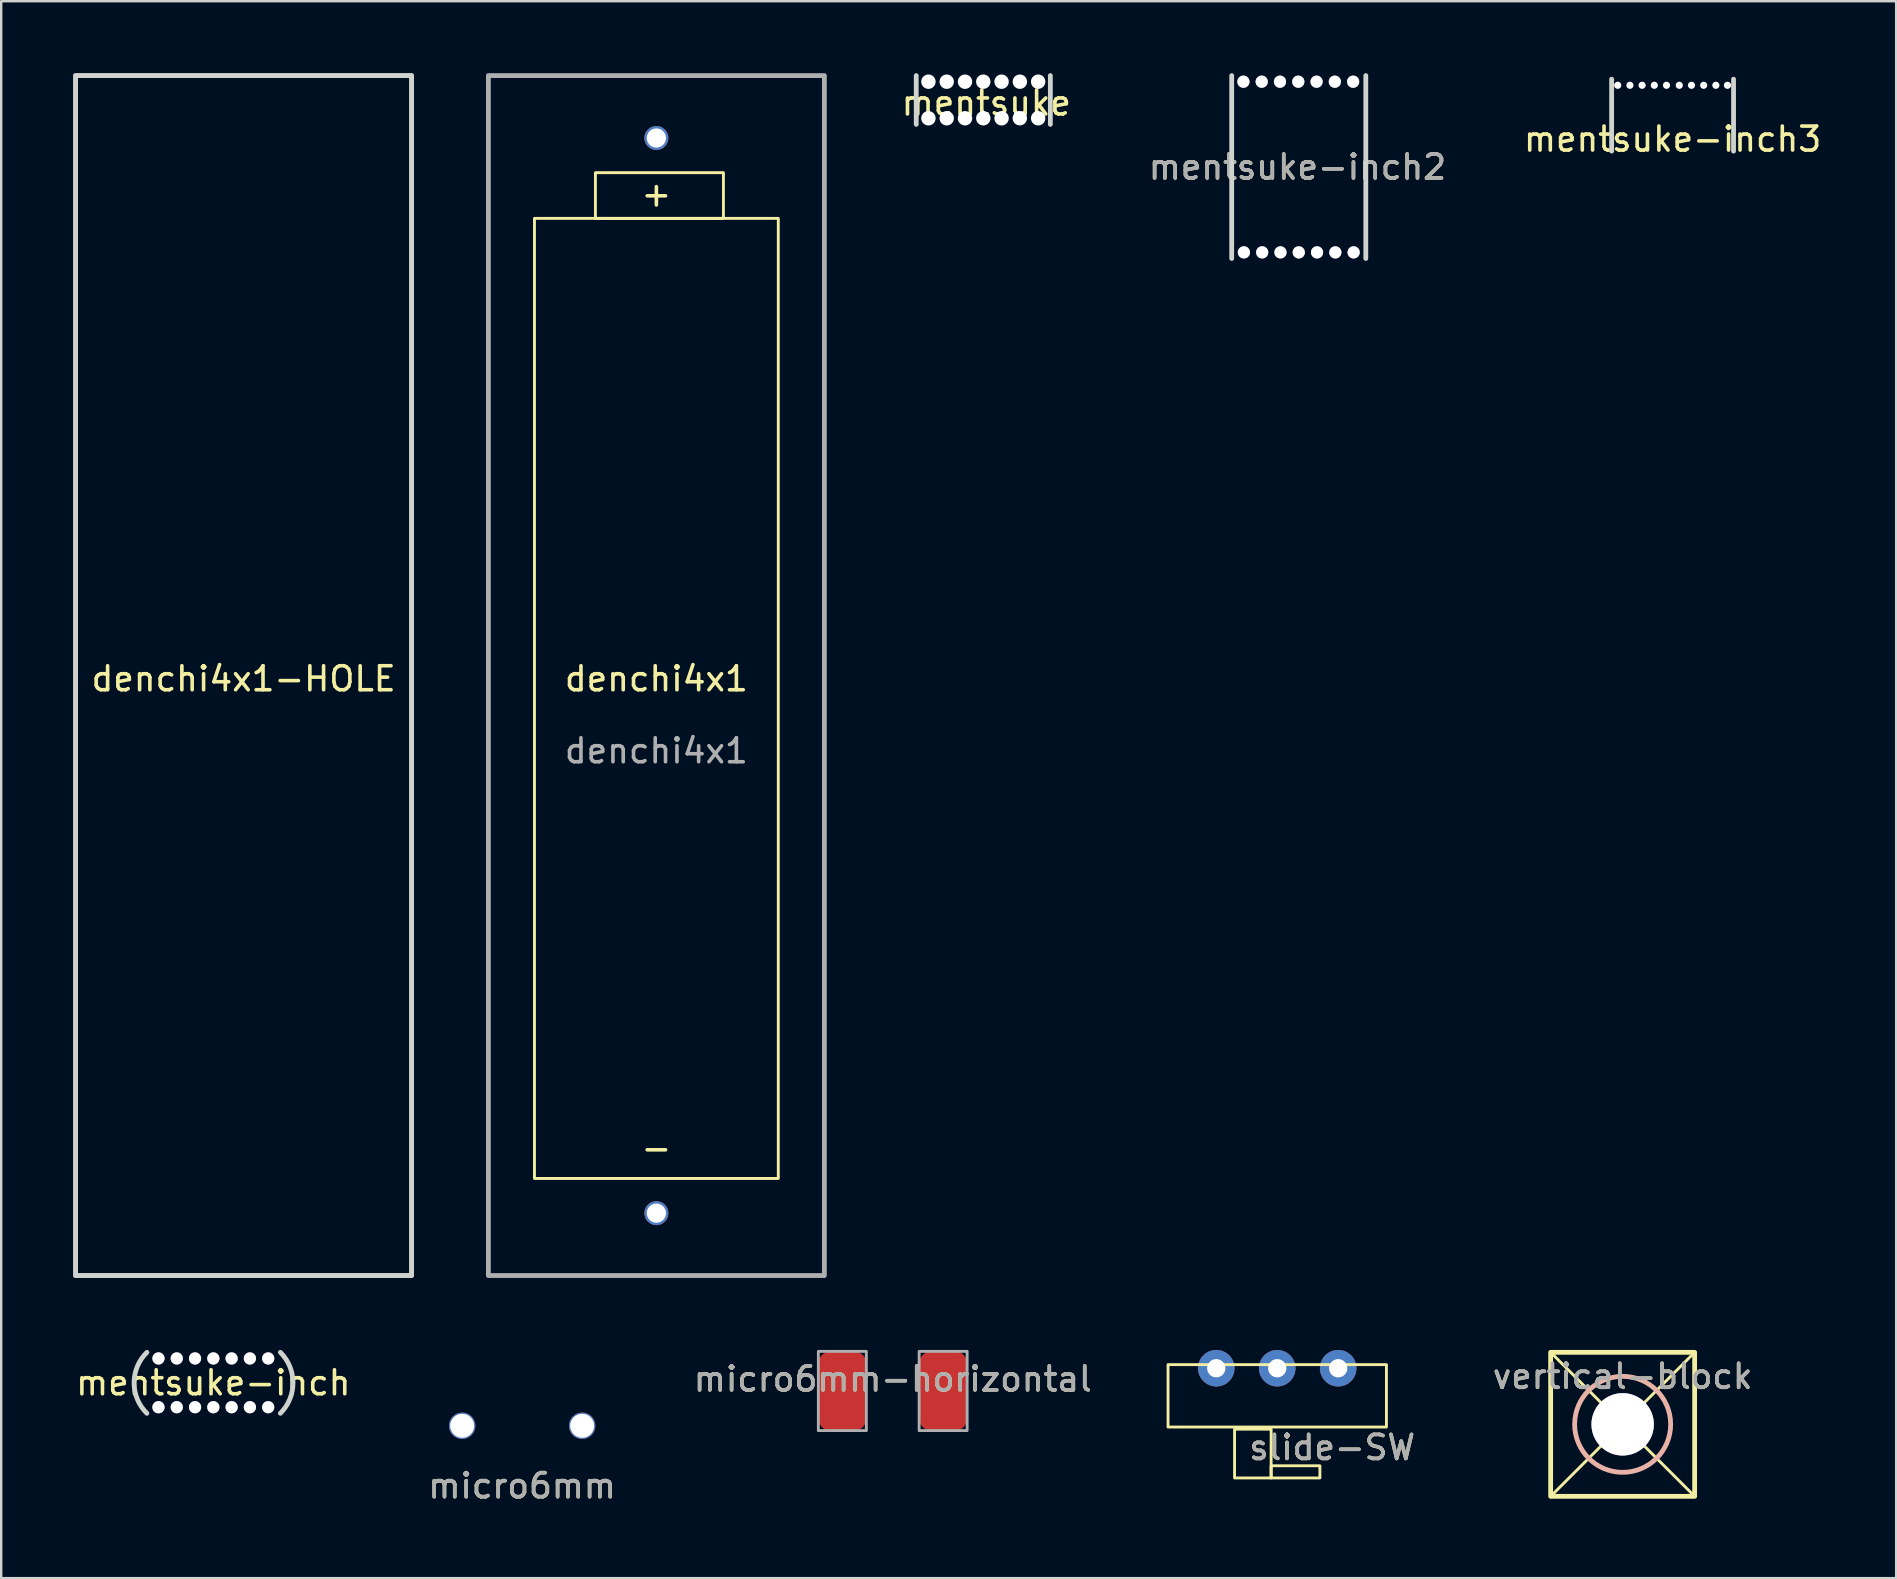
<source format=kicad_pcb>
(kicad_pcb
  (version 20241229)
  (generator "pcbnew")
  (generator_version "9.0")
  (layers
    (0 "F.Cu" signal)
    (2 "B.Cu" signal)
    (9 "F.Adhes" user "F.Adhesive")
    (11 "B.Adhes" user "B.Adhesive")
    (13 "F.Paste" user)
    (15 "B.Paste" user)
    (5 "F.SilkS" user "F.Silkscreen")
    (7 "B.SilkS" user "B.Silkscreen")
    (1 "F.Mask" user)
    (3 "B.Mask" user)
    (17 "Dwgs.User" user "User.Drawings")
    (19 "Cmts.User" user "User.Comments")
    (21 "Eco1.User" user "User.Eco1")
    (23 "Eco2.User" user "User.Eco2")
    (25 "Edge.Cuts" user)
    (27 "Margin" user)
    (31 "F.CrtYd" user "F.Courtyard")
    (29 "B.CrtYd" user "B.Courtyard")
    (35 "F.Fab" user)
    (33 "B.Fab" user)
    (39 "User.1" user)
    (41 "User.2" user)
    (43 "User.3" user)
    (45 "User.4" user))
  (footprint "denchi4x1-HOLE"
    (layer "F.Cu")
    (at 7.1 25.1)
    (property "Reference" "denchi4x1-HOLE" (at 0 0.135 0) (unlocked yes) (layer "F.SilkS") (effects (font (size 1 1) (thickness 0.15))))
    (attr through_hole)
    (fp_rect (start -7 -25) (end 7 25) (stroke (width 0.2) (type solid)) (fill no) (layer "Edge.Cuts"))
    (fp_rect (start -7 -25) (end 7 25) (stroke (width 0.2) (type solid)) (fill no) (layer "F.Fab")))
  (footprint "micro6mm-horizontal"
    (layer "F.Cu")
    (at 34.149 54.91)
    (property "Reference" "micro6mm-horizontal" (at 0 -0.5 0) (unlocked yes) (layer "F.SilkS") (effects (font (size 1 1) (thickness 0.15))))
    (attr smd)
    (fp_rect (start -1.1 1.65) (end -3.1 -1.65) (stroke (width 0.12) (type solid)) (fill no) (layer "F.Fab"))
    (fp_rect (start 3.1 1.65) (end 1.1 -1.65) (stroke (width 0.12) (type solid)) (fill no) (layer "F.Fab"))
    (fp_text user "${REFERENCE}" (at 0 -0.5 0) (unlocked yes) (layer "F.Fab") (effects (font (size 1 1) (thickness 0.15))))
    (pad "1" smd roundrect (at -2.1 0 270) (size 3.3 2) (layers "F.Cu" "F.Mask" "F.Paste") (roundrect_rratio 0.25))
    (pad "2" smd roundrect (at 2.1 0 270) (size 3.3 2) (layers "F.Cu" "F.Mask" "F.Paste") (roundrect_rratio 0.25)))
  (footprint "denchi4x1"
    (layer "F.Cu")
    (at 24.3 25.1)
    (property "Reference" "denchi4x1" (at 0 0.135 0) (unlocked yes) (layer "F.SilkS") (effects (font (size 1 1) (thickness 0.15))))
    (attr through_hole)
    (fp_rect (start -7 -25) (end 7 25) (stroke (width 0.12) (type solid)) (fill no) (layer "F.SilkS"))
    (fp_rect (start -5.08 -19.05) (end 5.08 20.955) (stroke (width 0.12) (type solid)) (fill no) (layer "F.SilkS"))
    (fp_rect (start -2.54 -20.955) (end 2.794 -19.05) (stroke (width 0.12) (type solid)) (fill no) (layer "F.SilkS"))
    (fp_rect (start -7 -25) (end 7 25) (stroke (width 0.2) (type solid)) (fill no) (layer "F.Fab"))
    (fp_text user "-" (at 0 19.685 0) (unlocked yes) (layer "F.SilkS") (effects (font (size 1 1) (thickness 0.15))))
    (fp_text user "+" (at 0 -20.066 0) (unlocked yes) (layer "F.SilkS") (effects (font (size 1 1) (thickness 0.15))))
    (fp_text user "${REFERENCE}" (at 0 3.135 0) (unlocked yes) (layer "F.Fab") (effects (font (size 1 1) (thickness 0.15))))
    (pad "1" thru_hole circle (at 0 -22.4) (size 1 1) (drill 0.8) (layers "*.Cu" "*.Mask"))
    (pad "2" thru_hole circle (at 0 22.4) (size 1 1) (drill 0.8) (layers "*.Cu" "*.Mask")))
  (footprint "mentsuke-inch2"
    (layer "F.Cu")
    (at 51.067 3.91)
    (property "Reference" "mentsuke-inch2" (at -0.054 0 0) (unlocked yes) (layer "F.SilkS") (effects (font (size 1 1) (thickness 0.15))))
    (fp_line (start -2.794 -3.81) (end -2.794 3.81) (stroke (width 0.2) (type solid)) (layer "Edge.Cuts"))
    (fp_line (start 2.794 -3.81) (end 2.794 3.81) (stroke (width 0.2) (type solid)) (layer "Edge.Cuts"))
    (fp_text user "${REFERENCE}" (at -0.054 0 0) (unlocked yes) (layer "F.Fab") (effects (font (size 1 1) (thickness 0.15))))
    (pad "" thru_hole circle (at -2.306 -3.556) (size 0.508 0.508) (drill 0.508) (layers "*.Cu" "*.Mask"))
    (pad "" thru_hole circle (at -2.286 3.556) (size 0.508 0.508) (drill 0.508) (layers "*.Cu" "*.Mask"))
    (pad "" thru_hole circle (at -1.544 -3.556) (size 0.508 0.508) (drill 0.508) (layers "*.Cu" "*.Mask"))
    (pad "" thru_hole circle (at -1.524 3.556) (size 0.508 0.508) (drill 0.508) (layers "*.Cu" "*.Mask"))
    (pad "" thru_hole circle (at -0.782 -3.556) (size 0.508 0.508) (drill 0.508) (layers "*.Cu" "*.Mask"))
    (pad "" thru_hole circle (at -0.762 3.556) (size 0.508 0.508) (drill 0.508) (layers "*.Cu" "*.Mask"))
    (pad "" thru_hole circle (at -0.02 -3.556) (size 0.508 0.508) (drill 0.508) (layers "*.Cu" "*.Mask"))
    (pad "" thru_hole circle (at 0 3.556) (size 0.508 0.508) (drill 0.508) (layers "*.Cu" "*.Mask"))
    (pad "" thru_hole circle (at 0.742 -3.556) (size 0.508 0.508) (drill 0.508) (layers "*.Cu" "*.Mask"))
    (pad "" thru_hole circle (at 0.762 3.556) (size 0.508 0.508) (drill 0.508) (layers "*.Cu" "*.Mask"))
    (pad "" thru_hole circle (at 1.504 -3.556) (size 0.508 0.508) (drill 0.508) (layers "*.Cu" "*.Mask"))
    (pad "" thru_hole circle (at 1.524 3.556) (size 0.508 0.508) (drill 0.508) (layers "*.Cu" "*.Mask"))
    (pad "" thru_hole circle (at 2.266 -3.556) (size 0.508 0.508) (drill 0.508) (layers "*.Cu" "*.Mask"))
    (pad "" thru_hole circle (at 2.286 3.556) (size 0.508 0.508) (drill 0.508) (layers "*.Cu" "*.Mask")))
  (footprint "micro6mm"
    (layer "F.Cu")
    (at 18.708 56.36)
    (property "Reference" "micro6mm" (at 0 2.5 0) (unlocked yes) (layer "F.SilkS") (effects (font (size 1 1) (thickness 0.15))))
    (attr through_hole)
    (fp_rect (start -3.1 -3.1) (end 3.1 3.1) (stroke (width 0.12) (type solid)) (fill no) (layer "User.4"))
    (fp_circle (center 0 0) (end 0 -1.5) (stroke (width 0.12) (type solid)) (fill no) (layer "User.4"))
    (fp_text user "${REFERENCE}" (at 0 2.5 0) (unlocked yes) (layer "F.Fab") (effects (font (size 1 1) (thickness 0.15))))
    (pad "1" thru_hole circle (at -2.5 0) (size 1.1 1.1) (drill 1) (layers "*.Cu" "*.Mask"))
    (pad "2" thru_hole circle (at 2.5 0) (size 1.1 1.1) (drill 1) (layers "*.Cu" "*.Mask")))
  (footprint "slide-SW"
    (layer "F.Cu")
    (at 50.17 53.962)
    (property "Reference" "slide-SW" (at 2.286 3.302 0) (unlocked yes) (layer "F.SilkS") (effects (font (size 1 1) (thickness 0.15))))
    (attr through_hole)
    (fp_rect (start -4.55 -0.15) (end 4.55 2.45) (stroke (width 0.12) (type solid)) (fill no) (layer "F.SilkS"))
    (fp_rect (start -1.778 2.54) (end -0.254 4.572) (stroke (width 0.12) (type solid)) (fill no) (layer "F.SilkS"))
    (fp_rect (start -0.254 4.064) (end 1.778 4.572) (stroke (width 0.12) (type solid)) (fill no) (layer "F.SilkS"))
    (fp_text user "${REFERENCE}" (at 2.286 3.302 0) (unlocked yes) (layer "F.Fab") (effects (font (size 1 1) (thickness 0.15))))
    (pad "1" thru_hole circle (at -2.54 0) (size 1.524 1.524) (drill 0.762) (layers "*.Cu" "*.Mask"))
    (pad "2" thru_hole circle (at 0 0) (size 1.524 1.524) (drill 0.762) (layers "*.Cu" "*.Mask"))
    (pad "3" thru_hole circle (at 2.54 0) (size 1.524 1.524) (drill 0.762) (layers "*.Cu" "*.Mask")))
  (footprint "vertical-block"
    (layer "F.Cu")
    (at 64.563 56.3)
    (property "Reference" "vertical-block" (at 0 -2 0) (unlocked yes) (layer "F.SilkS") (effects (font (size 1 1) (thickness 0.15))))
    (attr through_hole)
    (fp_line (start -3 -3) (end 3 3) (stroke (width 0.12) (type solid)) (layer "F.SilkS"))
    (fp_line (start 3 -3) (end -3 3) (stroke (width 0.12) (type solid)) (layer "F.SilkS"))
    (fp_line (start 3 3) (end 3 -3) (stroke (width 0.12) (type solid)) (layer "F.SilkS"))
    (fp_rect (start -3 -3) (end 3 3) (stroke (width 0.2) (type solid)) (fill no) (layer "F.SilkS"))
    (fp_circle (center 0 0) (end 2 0) (stroke (width 0.2) (type solid)) (fill no) (layer "B.SilkS"))
    (fp_circle (center 0 0) (end 2.3 0) (stroke (width 0.12) (type solid)) (fill no) (layer "Margin"))
    (fp_text user "${REFERENCE}" (at 0 -2 0) (unlocked yes) (layer "F.Fab") (effects (font (size 1 1) (thickness 0.15))))
    (pad "" thru_hole circle (at 0 0) (size 2.6 2.6) (drill 2.6) (layers "*.Cu" "*.Mask")))
  (footprint "mentsuke-inch"
    (layer "F.Cu")
    (at 5.839 54.57)
    (property "Reference" "mentsuke-inch" (at 0 0 0) (unlocked yes) (layer "F.SilkS") (effects (font (size 1 1) (thickness 0.15))))
    (attr through_hole)
    (fp_arc (start -2.768665 1.269998) (mid -3.302523 0) (end -2.768665 -1.269998) (stroke (width 0.2) (type solid)) (layer "Edge.Cuts"))
    (fp_arc (start 2.794 -1.269999) (mid 3.320051 0) (end 2.794 1.269999) (stroke (width 0.2) (type solid)) (layer "Edge.Cuts"))
    (pad "" thru_hole circle (at -2.286 -1.016) (size 0.508 0.508) (drill 0.508) (layers "*.Cu" "*.Mask"))
    (pad "" thru_hole circle (at -2.286 1.016) (size 0.508 0.508) (drill 0.508) (layers "*.Cu" "*.Mask"))
    (pad "" thru_hole circle (at -1.524 -1.016) (size 0.508 0.508) (drill 0.508) (layers "*.Cu" "*.Mask"))
    (pad "" thru_hole circle (at -1.524 1.016) (size 0.508 0.508) (drill 0.508) (layers "*.Cu" "*.Mask"))
    (pad "" thru_hole circle (at -0.762 -1.016) (size 0.508 0.508) (drill 0.508) (layers "*.Cu" "*.Mask"))
    (pad "" thru_hole circle (at -0.762 1.016) (size 0.508 0.508) (drill 0.508) (layers "*.Cu" "*.Mask"))
    (pad "" thru_hole circle (at 0 -1.016) (size 0.508 0.508) (drill 0.508) (layers "*.Cu" "*.Mask"))
    (pad "" thru_hole circle (at 0 1.016) (size 0.508 0.508) (drill 0.508) (layers "*.Cu" "*.Mask"))
    (pad "" thru_hole circle (at 0.762 -1.016) (size 0.508 0.508) (drill 0.508) (layers "*.Cu" "*.Mask"))
    (pad "" thru_hole circle (at 0.762 1.016) (size 0.508 0.508) (drill 0.508) (layers "*.Cu" "*.Mask"))
    (pad "" thru_hole circle (at 1.524 -1.016) (size 0.508 0.508) (drill 0.508) (layers "*.Cu" "*.Mask"))
    (pad "" thru_hole circle (at 1.524 1.016) (size 0.508 0.508) (drill 0.508) (layers "*.Cu" "*.Mask"))
    (pad "" thru_hole circle (at 2.286 -1.016) (size 0.508 0.508) (drill 0.508) (layers "*.Cu" "*.Mask"))
    (pad "" thru_hole circle (at 2.286 1.016) (size 0.508 0.508) (drill 0.508) (layers "*.Cu" "*.Mask")))
  (footprint "mentsuke"
    (layer "F.Cu")
    (at 37.922 1.116)
    (property "Reference" "mentsuke" (at 0.127 0.127 0) (unlocked yes) (layer "F.SilkS") (effects (font (size 1 1) (thickness 0.15))))
    (attr through_hole)
    (fp_line (start -2.794 -1.016) (end -2.794 1.016) (stroke (width 0.2) (type solid)) (layer "Edge.Cuts"))
    (fp_line (start 2.794 -1.016) (end 2.794 1.016) (stroke (width 0.2) (type solid)) (layer "Edge.Cuts"))
    (pad "" np_thru_hole circle (at -2.286 -0.762) (size 0.6 0.6) (drill 0.6) (layers "*.Cu" "*.Mask"))
    (pad "" np_thru_hole circle (at -2.286 0.762) (size 0.6 0.6) (drill 0.6) (layers "*.Cu" "*.Mask"))
    (pad "" np_thru_hole circle (at -1.524 -0.762) (size 0.6 0.6) (drill 0.6) (layers "*.Cu" "*.Mask"))
    (pad "" np_thru_hole circle (at -1.524 0.762) (size 0.6 0.6) (drill 0.6) (layers "*.Cu" "*.Mask"))
    (pad "" np_thru_hole circle (at -0.762 -0.762) (size 0.6 0.6) (drill 0.6) (layers "*.Cu" "*.Mask"))
    (pad "" np_thru_hole circle (at -0.762 0.762) (size 0.6 0.6) (drill 0.6) (layers "*.Cu" "*.Mask"))
    (pad "" np_thru_hole circle (at 0 -0.762) (size 0.6 0.6) (drill 0.6) (layers "*.Cu" "*.Mask"))
    (pad "" np_thru_hole circle (at 0 0.762) (size 0.6 0.6) (drill 0.6) (layers "*.Cu" "*.Mask"))
    (pad "" np_thru_hole circle (at 0.762 -0.762) (size 0.6 0.6) (drill 0.6) (layers "*.Cu" "*.Mask"))
    (pad "" np_thru_hole circle (at 0.762 0.762) (size 0.6 0.6) (drill 0.6) (layers "*.Cu" "*.Mask"))
    (pad "" np_thru_hole circle (at 1.522 0.76) (size 0.6 0.6) (drill 0.6) (layers "*.Cu" "*.Mask"))
    (pad "" np_thru_hole circle (at 1.524 -0.762) (size 0.6 0.6) (drill 0.6) (layers "*.Cu" "*.Mask"))
    (pad "" np_thru_hole circle (at 2.286 -0.762) (size 0.6 0.6) (drill 0.6) (layers "*.Cu" "*.Mask"))
    (pad "" np_thru_hole circle (at 2.286 0.762) (size 0.6 0.6) (drill 0.6) (layers "*.Cu" "*.Mask")))
  (footprint "mentsuke-inch3"
    (layer "F.Cu")
    (at 66.644 0.25)
    (property "Reference" "mentsuke-inch3" (at 0 2.497 0) (unlocked yes) (layer "F.SilkS") (effects (font (size 1 1) (thickness 0.15))))
    (fp_line (start -2.54 2.997) (end -2.54 0) (stroke (width 0.2) (type solid)) (layer "Edge.Cuts"))
    (fp_line (start 2.54 2.997) (end 2.54 0) (stroke (width 0.2) (type solid)) (layer "Edge.Cuts"))
    (fp_line (start -2.54 0) (end 2.54 0) (stroke (width 0.2) (type solid)) (layer "User.2"))
    (pad "" np_thru_hole circle (at -2.286 0.254) (size 0.3 0.3) (drill 0.3) (layers "*.Cu" "*.Mask"))
    (pad "" np_thru_hole circle (at -1.778 0.254) (size 0.3 0.3) (drill 0.3) (layers "*.Cu" "*.Mask"))
    (pad "" np_thru_hole circle (at -1.27 0.254) (size 0.3 0.3) (drill 0.3) (layers "*.Cu" "*.Mask"))
    (pad "" np_thru_hole circle (at -0.762 0.254) (size 0.3 0.3) (drill 0.3) (layers "*.Cu" "*.Mask"))
    (pad "" np_thru_hole circle (at -0.254 0.254) (size 0.3 0.3) (drill 0.3) (layers "*.Cu" "*.Mask"))
    (pad "" np_thru_hole circle (at 0.279 0.254) (size 0.3 0.3) (drill 0.3) (layers "*.Cu" "*.Mask"))
    (pad "" np_thru_hole circle (at 0.787 0.254) (size 0.3 0.3) (drill 0.3) (layers "*.Cu" "*.Mask"))
    (pad "" np_thru_hole circle (at 1.295 0.254) (size 0.3 0.3) (drill 0.3) (layers "*.Cu" "*.Mask"))
    (pad "" np_thru_hole circle (at 1.803 0.254) (size 0.3 0.3) (drill 0.3) (layers "*.Cu" "*.Mask"))
    (pad "" np_thru_hole circle (at 2.286 0.254) (size 0.3 0.3) (drill 0.3) (layers "*.Cu" "*.Mask")))
  (gr_rect
    (start -3 -3)
    (end 75.96 62.708)
    (stroke (width 0.1) (type default))
    (fill no)
    (layer "Edge.Cuts")))
</source>
